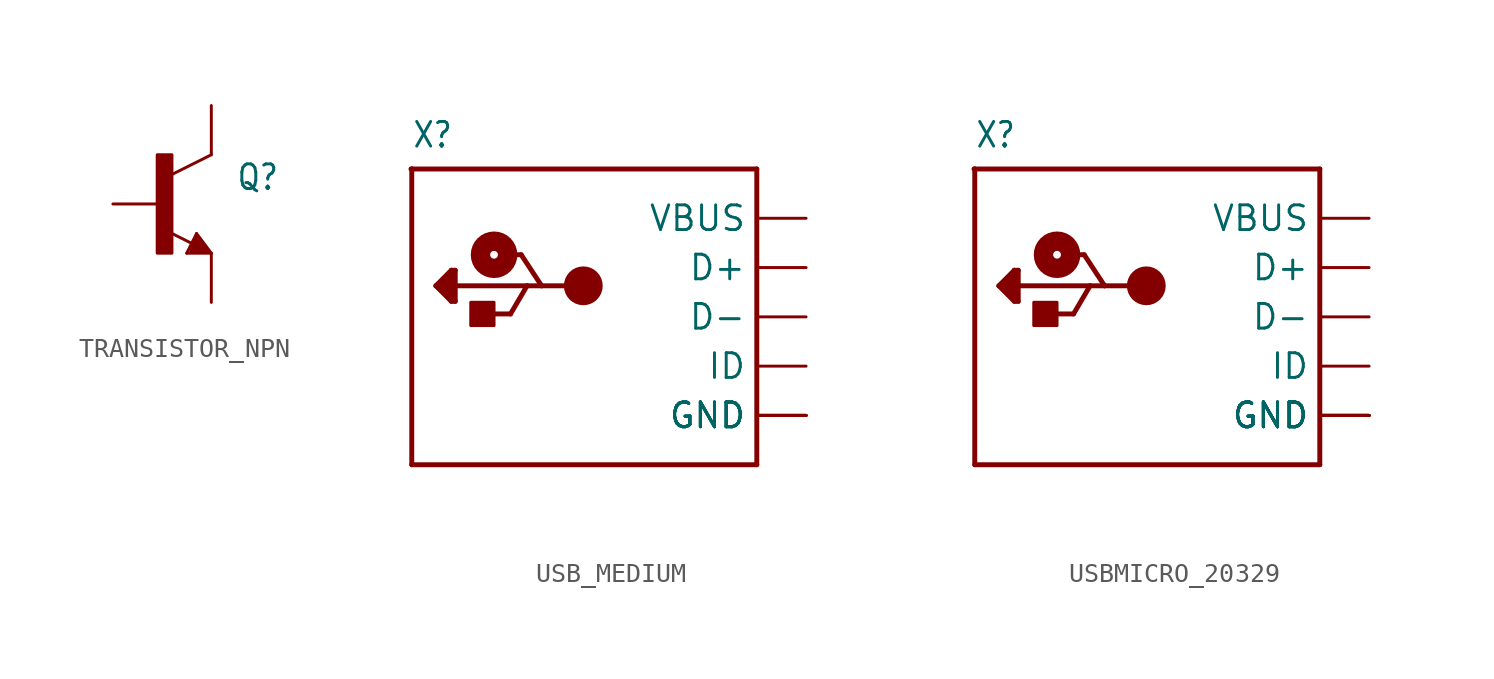
<source format=kicad_sym>
(kicad_symbol_lib
  (version 20220914)
  (generator kicad_symbol_editor)
  (symbol "TRANSISTOR_NPN"
    (property "Reference" "Q"
      (at 1.27 0.635 0)
      (effects (font (size 1.27 1.079)) (justify left bottom)))
    (property "Value" ""
      (at 1.27 -1.27 0)
      (effects (font (size 1.27 1.079)) (justify left bottom)))
    (property "ki_locked" ""
      (at 0 0 0)
      (effects (font (size 1.27 1.27))))
    (symbol "TRANSISTOR_NPN_1_0"
      (rectangle (start -2.794 -2.54) (end -2.032 2.54) (stroke (width 0) (type default)) (fill (type outline)))
      (polyline (pts (xy -1.27 -2.54) (xy -0.762 -1.524)) (stroke (width 0.152) (type solid)) (fill (type none)))
      (polyline (pts (xy -1.016 -2.413) (xy -0.254 -2.413)) (stroke (width 0.254) (type solid)) (fill (type none)))
      (polyline (pts (xy -1.016 -2.286) (xy -0.635 -2.286)) (stroke (width 0.254) (type solid)) (fill (type none)))
      (polyline (pts (xy -1 -2.04) (xy -2.232 -1.424)) (stroke (width 0.152) (type solid)) (fill (type none)))
      (polyline (pts (xy -0.762 -1.778) (xy -1.016 -2.286)) (stroke (width 0.254) (type solid)) (fill (type none)))
      (polyline (pts (xy -0.762 -1.524) (xy 0 -2.54)) (stroke (width 0.152) (type solid)) (fill (type none)))
      (polyline (pts (xy -0.635 -2.286) (xy -0.762 -2.032)) (stroke (width 0.254) (type solid)) (fill (type none)))
      (polyline (pts (xy -0.254 -2.413) (xy -0.762 -1.778)) (stroke (width 0.254) (type solid)) (fill (type none)))
      (polyline (pts (xy 0 -2.54) (xy -1.27 -2.54)) (stroke (width 0.152) (type solid)) (fill (type none)))
      (polyline (pts (xy 0 2.54) (xy -2.032 1.524)) (stroke (width 0.152) (type solid)) (fill (type none)))
      (pin passive line (at -5.08 0 0) (length 2.54) (name "B" (effects (font (size 0 0)))) (number "1" (effects (font (size 0 0)))))
      (pin passive line (at 0 -5.08 90) (length 2.54) (name "E" (effects (font (size 0 0)))) (number "2" (effects (font (size 0 0)))))
      (pin passive line (at 0 5.08 270) (length 2.54) (name "C" (effects (font (size 0 0)))) (number "3" (effects (font (size 0 0)))))))
  (symbol "USB_MEDIUM"
    (property "Reference" "X"
      (at -10.16 8.636 0)
      (effects (font (size 1.27 1.079)) (justify left bottom)))
    (property "Value" ""
      (at -10.16 -10.16 0)
      (effects (font (size 1.27 1.079)) (justify left bottom)))
    (property "ki_locked" ""
      (at 0 0 0)
      (effects (font (size 1.27 1.27))))
    (symbol "USB_MEDIUM_1_0"
      (rectangle (start -7.12 -0.45) (end -5.92 0.75) (stroke (width 0) (type default)) (fill (type outline)))
      (circle (center -5.92 3.2) (radius 0.2) (stroke (width 1) (type solid)) (fill (type none)))
      (circle (center -1.32 1.6) (radius 0.5) (stroke (width 1) (type solid)) (fill (type none)))
      (polyline (pts (xy -10.2 7.62) (xy -10.16 7.62)) (stroke (width 0.254) (type solid)) (fill (type none)))
      (polyline (pts (xy -10.16 -7.62) (xy 7.62 -7.62)) (stroke (width 0.254) (type solid)) (fill (type none)))
      (polyline (pts (xy -10.16 7.62) (xy -10.16 -7.62)) (stroke (width 0.254) (type solid)) (fill (type none)))
      (polyline (pts (xy -10.16 7.62) (xy 7.62 7.62)) (stroke (width 0.254) (type solid)) (fill (type none)))
      (polyline (pts (xy -8.92 1.6) (xy -8.12 2.4)) (stroke (width 0.254) (type solid)) (fill (type none)))
      (polyline (pts (xy -8.52 1.4) (xy -8.32 1.2)) (stroke (width 0.254) (type solid)) (fill (type none)))
      (polyline (pts (xy -8.52 1.6) (xy -8.52 1.4)) (stroke (width 0.254) (type solid)) (fill (type none)))
      (polyline (pts (xy -8.32 1.2) (xy -8.32 2)) (stroke (width 0.254) (type solid)) (fill (type none)))
      (polyline (pts (xy -8.32 2) (xy -8.72 1.6)) (stroke (width 0.254) (type solid)) (fill (type none)))
      (polyline (pts (xy -8.12 0.8) (xy -8.92 1.6)) (stroke (width 0.254) (type solid)) (fill (type none)))
      (polyline (pts (xy -8.12 1) (xy -8.12 2.4)) (stroke (width 0.254) (type solid)) (fill (type none)))
      (polyline (pts (xy -8.12 2.4) (xy -7.92 2.4)) (stroke (width 0.254) (type solid)) (fill (type none)))
      (polyline (pts (xy -7.92 0.8) (xy -8.12 0.8)) (stroke (width 0.254) (type solid)) (fill (type none)))
      (polyline (pts (xy -7.92 1.6) (xy -7.92 0.8)) (stroke (width 0.254) (type solid)) (fill (type none)))
      (polyline (pts (xy -7.92 2.4) (xy -7.92 1.6)) (stroke (width 0.254) (type solid)) (fill (type none)))
      (polyline (pts (xy -6.27 0.15) (xy -5.07 0.15)) (stroke (width 0.254) (type solid)) (fill (type none)))
      (polyline (pts (xy -5.52 3.2) (xy -4.52 3.2)) (stroke (width 0.254) (type solid)) (fill (type none)))
      (polyline (pts (xy -5.07 0.15) (xy -4.22 1.6)) (stroke (width 0.254) (type solid)) (fill (type none)))
      (polyline (pts (xy -4.52 3.2) (xy -3.47 1.6)) (stroke (width 0.254) (type solid)) (fill (type none)))
      (polyline (pts (xy -4.22 1.6) (xy -7.92 1.6)) (stroke (width 0.254) (type solid)) (fill (type none)))
      (polyline (pts (xy -3.47 1.6) (xy -4.22 1.6)) (stroke (width 0.254) (type solid)) (fill (type none)))
      (polyline (pts (xy -1.32 1.6) (xy -3.47 1.6)) (stroke (width 0.254) (type solid)) (fill (type none)))
      (polyline (pts (xy 7.62 7.62) (xy 7.62 -7.62)) (stroke (width 0.254) (type solid)) (fill (type none)))
      (pin bidirectional line (at 10.16 2.54 180) (length 2.54) (name "D+" (effects (font (size 1.27 1.27)))) (number "D+" (effects (font (size 0 0)))))
      (pin bidirectional line (at 10.16 0 180) (length 2.54) (name "D-" (effects (font (size 1.27 1.27)))) (number "D-" (effects (font (size 0 0)))))
      (pin power_in line (at 10.16 -5.08 180) (length 2.54) (name "GND" (effects (font (size 1.27 1.27)))) (number "GND" (effects (font (size 0 0)))))
      (pin power_in line (at 10.16 -5.08 180) (length 2.54) (name "GND" (effects (font (size 1.27 1.27)))) (number "GND1" (effects (font (size 0 0)))))
      (pin power_in line (at 10.16 -5.08 180) (length 2.54) (name "GND" (effects (font (size 1.27 1.27)))) (number "GND2" (effects (font (size 0 0)))))
      (pin power_in line (at 10.16 -5.08 180) (length 2.54) (name "GND" (effects (font (size 1.27 1.27)))) (number "GND3" (effects (font (size 0 0)))))
      (pin power_in line (at 10.16 -5.08 180) (length 2.54) (name "GND" (effects (font (size 1.27 1.27)))) (number "GND4" (effects (font (size 0 0)))))
      (pin bidirectional line (at 10.16 -2.54 180) (length 2.54) (name "ID" (effects (font (size 1.27 1.27)))) (number "ID" (effects (font (size 0 0)))))
      (pin power_in line (at 10.16 5.08 180) (length 2.54) (name "VBUS" (effects (font (size 1.27 1.27)))) (number "VBUS" (effects (font (size 0 0)))))))
  (symbol "USBMICRO_20329"
    (property "Reference" "X"
      (at -10.16 8.636 0)
      (effects (font (size 1.27 1.079)) (justify left bottom)))
    (property "Value" ""
      (at -10.16 -10.16 0)
      (effects (font (size 1.27 1.079)) (justify left bottom)))
    (property "ki_locked" ""
      (at 0 0 0)
      (effects (font (size 1.27 1.27))))
    (symbol "USBMICRO_20329_1_0"
      (rectangle (start -7.12 -0.45) (end -5.92 0.75) (stroke (width 0) (type default)) (fill (type outline)))
      (circle (center -5.92 3.2) (radius 0.2) (stroke (width 1) (type solid)) (fill (type none)))
      (circle (center -1.32 1.6) (radius 0.5) (stroke (width 1) (type solid)) (fill (type none)))
      (polyline (pts (xy -10.2 7.62) (xy -10.16 7.62)) (stroke (width 0.254) (type solid)) (fill (type none)))
      (polyline (pts (xy -10.16 -7.62) (xy 7.62 -7.62)) (stroke (width 0.254) (type solid)) (fill (type none)))
      (polyline (pts (xy -10.16 7.62) (xy -10.16 -7.62)) (stroke (width 0.254) (type solid)) (fill (type none)))
      (polyline (pts (xy -10.16 7.62) (xy 7.62 7.62)) (stroke (width 0.254) (type solid)) (fill (type none)))
      (polyline (pts (xy -8.92 1.6) (xy -8.12 2.4)) (stroke (width 0.254) (type solid)) (fill (type none)))
      (polyline (pts (xy -8.52 1.4) (xy -8.32 1.2)) (stroke (width 0.254) (type solid)) (fill (type none)))
      (polyline (pts (xy -8.52 1.6) (xy -8.52 1.4)) (stroke (width 0.254) (type solid)) (fill (type none)))
      (polyline (pts (xy -8.32 1.2) (xy -8.32 2)) (stroke (width 0.254) (type solid)) (fill (type none)))
      (polyline (pts (xy -8.32 2) (xy -8.72 1.6)) (stroke (width 0.254) (type solid)) (fill (type none)))
      (polyline (pts (xy -8.12 0.8) (xy -8.92 1.6)) (stroke (width 0.254) (type solid)) (fill (type none)))
      (polyline (pts (xy -8.12 1) (xy -8.12 2.4)) (stroke (width 0.254) (type solid)) (fill (type none)))
      (polyline (pts (xy -8.12 2.4) (xy -7.92 2.4)) (stroke (width 0.254) (type solid)) (fill (type none)))
      (polyline (pts (xy -7.92 0.8) (xy -8.12 0.8)) (stroke (width 0.254) (type solid)) (fill (type none)))
      (polyline (pts (xy -7.92 1.6) (xy -7.92 0.8)) (stroke (width 0.254) (type solid)) (fill (type none)))
      (polyline (pts (xy -7.92 2.4) (xy -7.92 1.6)) (stroke (width 0.254) (type solid)) (fill (type none)))
      (polyline (pts (xy -6.27 0.15) (xy -5.07 0.15)) (stroke (width 0.254) (type solid)) (fill (type none)))
      (polyline (pts (xy -5.52 3.2) (xy -4.52 3.2)) (stroke (width 0.254) (type solid)) (fill (type none)))
      (polyline (pts (xy -5.07 0.15) (xy -4.22 1.6)) (stroke (width 0.254) (type solid)) (fill (type none)))
      (polyline (pts (xy -4.52 3.2) (xy -3.47 1.6)) (stroke (width 0.254) (type solid)) (fill (type none)))
      (polyline (pts (xy -4.22 1.6) (xy -7.92 1.6)) (stroke (width 0.254) (type solid)) (fill (type none)))
      (polyline (pts (xy -3.47 1.6) (xy -4.22 1.6)) (stroke (width 0.254) (type solid)) (fill (type none)))
      (polyline (pts (xy -1.32 1.6) (xy -3.47 1.6)) (stroke (width 0.254) (type solid)) (fill (type none)))
      (polyline (pts (xy 7.62 7.62) (xy 7.62 -7.62)) (stroke (width 0.254) (type solid)) (fill (type none)))
      (pin power_in line (at 10.16 -5.08 180) (length 2.54) (name "GND" (effects (font (size 1.27 1.27)))) (number "BASE@1" (effects (font (size 0 0)))))
      (pin power_in line (at 10.16 -5.08 180) (length 2.54) (name "GND" (effects (font (size 1.27 1.27)))) (number "BASE@2" (effects (font (size 0 0)))))
      (pin bidirectional line (at 10.16 2.54 180) (length 2.54) (name "D+" (effects (font (size 1.27 1.27)))) (number "D+" (effects (font (size 0 0)))))
      (pin bidirectional line (at 10.16 0 180) (length 2.54) (name "D-" (effects (font (size 1.27 1.27)))) (number "D-" (effects (font (size 0 0)))))
      (pin power_in line (at 10.16 -5.08 180) (length 2.54) (name "GND" (effects (font (size 1.27 1.27)))) (number "GND" (effects (font (size 0 0)))))
      (pin bidirectional line (at 10.16 -2.54 180) (length 2.54) (name "ID" (effects (font (size 1.27 1.27)))) (number "ID" (effects (font (size 0 0)))))
      (pin power_in line (at 10.16 -5.08 180) (length 2.54) (name "GND" (effects (font (size 1.27 1.27)))) (number "SPRT@1" (effects (font (size 0 0)))))
      (pin power_in line (at 10.16 -5.08 180) (length 2.54) (name "GND" (effects (font (size 1.27 1.27)))) (number "SPRT@2" (effects (font (size 0 0)))))
      (pin power_in line (at 10.16 -5.08 180) (length 2.54) (name "GND" (effects (font (size 1.27 1.27)))) (number "SPRT@3" (effects (font (size 0 0)))))
      (pin power_in line (at 10.16 -5.08 180) (length 2.54) (name "GND" (effects (font (size 1.27 1.27)))) (number "SPRT@4" (effects (font (size 0 0)))))
      (pin power_in line (at 10.16 5.08 180) (length 2.54) (name "VBUS" (effects (font (size 1.27 1.27)))) (number "VBUS" (effects (font (size 0 0))))))))
</source>
